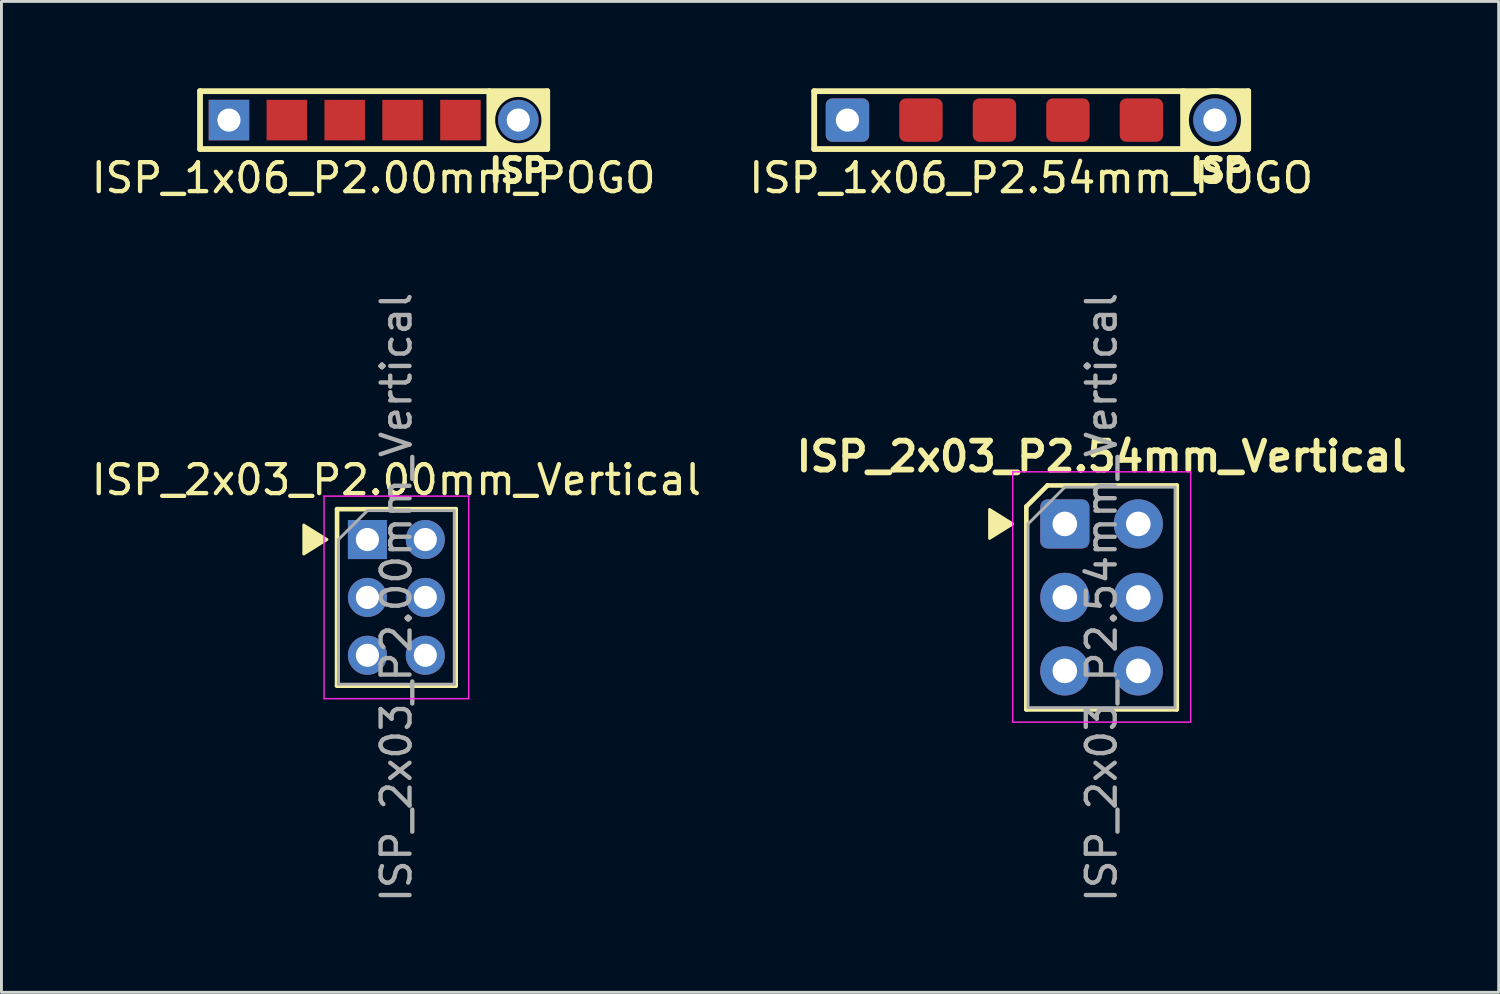
<source format=kicad_pcb>
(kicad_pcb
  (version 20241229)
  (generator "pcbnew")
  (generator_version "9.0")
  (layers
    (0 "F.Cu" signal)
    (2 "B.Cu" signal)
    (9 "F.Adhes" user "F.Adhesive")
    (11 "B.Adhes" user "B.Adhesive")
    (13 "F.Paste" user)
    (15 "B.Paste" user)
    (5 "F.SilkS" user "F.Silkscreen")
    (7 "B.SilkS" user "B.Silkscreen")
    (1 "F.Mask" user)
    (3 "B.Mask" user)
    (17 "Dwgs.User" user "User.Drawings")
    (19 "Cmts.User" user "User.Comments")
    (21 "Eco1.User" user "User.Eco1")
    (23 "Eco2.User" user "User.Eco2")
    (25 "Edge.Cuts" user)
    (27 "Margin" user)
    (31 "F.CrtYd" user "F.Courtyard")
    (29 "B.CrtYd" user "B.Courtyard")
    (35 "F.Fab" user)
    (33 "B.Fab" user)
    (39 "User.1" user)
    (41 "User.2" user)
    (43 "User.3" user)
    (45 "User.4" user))
  (footprint "ISP_2x03_P2.00mm_Vertical"
    (layer "F.Cu")
    (at 9.649 15.597)
    (property "Reference" "ISP_2x03_P2.00mm_Vertical" (at 1 -2.06 0) (layer "F.SilkS") (effects (font (size 1 1) (thickness 0.15))))
    (attr through_hole)
    (fp_line (start -1.05 -1.05) (end -1.05 5.05) (stroke (width 0.16) (type solid)) (layer "F.SilkS"))
    (fp_line (start -1.05 -1.05) (end 3.05 -1.05) (stroke (width 0.16) (type solid)) (layer "F.SilkS"))
    (fp_line (start -1.05 5.05) (end 3.05 5.05) (stroke (width 0.16) (type solid)) (layer "F.SilkS"))
    (fp_line (start 3.05 -1.05) (end 3.05 5.05) (stroke (width 0.16) (type solid)) (layer "F.SilkS"))
    (fp_poly (pts (xy -1.4 0) (xy -2.2 0.5) (xy -2.2 -0.5)) (stroke (width 0.1) (type solid)) (fill yes) (layer "F.SilkS"))
    (fp_line (start -1.5 -1.5) (end -1.5 5.5) (stroke (width 0.05) (type solid)) (layer "F.CrtYd"))
    (fp_line (start -1.5 5.5) (end 3.5 5.5) (stroke (width 0.05) (type solid)) (layer "F.CrtYd"))
    (fp_line (start 3.5 -1.5) (end -1.5 -1.5) (stroke (width 0.05) (type solid)) (layer "F.CrtYd"))
    (fp_line (start 3.5 5.5) (end 3.5 -1.5) (stroke (width 0.05) (type solid)) (layer "F.CrtYd"))
    (fp_line (start -1 0) (end 0 -1) (stroke (width 0.1) (type solid)) (layer "F.Fab"))
    (fp_line (start -1 5) (end -1 0) (stroke (width 0.1) (type solid)) (layer "F.Fab"))
    (fp_line (start 0 -1) (end 3 -1) (stroke (width 0.1) (type solid)) (layer "F.Fab"))
    (fp_line (start 3 -1) (end 3 5) (stroke (width 0.1) (type solid)) (layer "F.Fab"))
    (fp_line (start 3 5) (end -1 5) (stroke (width 0.1) (type solid)) (layer "F.Fab"))
    (fp_text user "${REFERENCE}" (at 1 2 90) (layer "F.Fab") (effects (font (size 1 1) (thickness 0.15))))
    (pad "1" thru_hole rect (at 0 0) (size 1.35 1.35) (drill 0.8) (layers "*.Cu" "*.Mask"))
    (pad "2" thru_hole oval (at 2 0) (size 1.35 1.35) (drill 0.8) (layers "*.Cu" "*.Mask"))
    (pad "3" thru_hole oval (at 0 2) (size 1.35 1.35) (drill 0.8) (layers "*.Cu" "*.Mask"))
    (pad "4" thru_hole oval (at 2 2) (size 1.35 1.35) (drill 0.8) (layers "*.Cu" "*.Mask"))
    (pad "5" thru_hole oval (at 0 4) (size 1.35 1.35) (drill 0.8) (layers "*.Cu" "*.Mask"))
    (pad "6" thru_hole oval (at 2 4) (size 1.35 1.35) (drill 0.8) (layers "*.Cu" "*.Mask")))
  (footprint "ISP_2x03_P2.54mm_Vertical"
    (layer "F.Cu")
    (at 33.751 15.057)
    (property "Reference" "ISP_2x03_P2.54mm_Vertical" (at 1.27 -2.33 0) (layer "F.SilkS") (effects (font (size 1 1) (thickness 0.2))))
    (attr through_hole)
    (fp_line (start -1.33 -0.6) (end -1.33 6.41) (stroke (width 0.16) (type solid)) (layer "F.SilkS"))
    (fp_line (start -1.33 -0.6) (end -0.6 -1.33) (stroke (width 0.16) (type solid)) (layer "F.SilkS"))
    (fp_line (start -1.33 6.41) (end 3.87 6.41) (stroke (width 0.16) (type solid)) (layer "F.SilkS"))
    (fp_line (start -0.6 -1.33) (end 3.87 -1.33) (stroke (width 0.16) (type solid)) (layer "F.SilkS"))
    (fp_line (start 3.87 -1.33) (end 3.87 6.41) (stroke (width 0.16) (type solid)) (layer "F.SilkS"))
    (fp_poly (pts (xy -1.8 0) (xy -2.6 0.5) (xy -2.6 -0.5)) (stroke (width 0.1) (type solid)) (fill yes) (layer "F.SilkS"))
    (fp_line (start -1.8 -1.8) (end -1.8 6.85) (stroke (width 0.05) (type solid)) (layer "F.CrtYd"))
    (fp_line (start -1.8 6.85) (end 4.35 6.85) (stroke (width 0.05) (type solid)) (layer "F.CrtYd"))
    (fp_line (start 4.35 -1.8) (end -1.8 -1.8) (stroke (width 0.05) (type solid)) (layer "F.CrtYd"))
    (fp_line (start 4.35 6.85) (end 4.35 -1.8) (stroke (width 0.05) (type solid)) (layer "F.CrtYd"))
    (fp_line (start -1.27 0) (end 0 -1.27) (stroke (width 0.1) (type solid)) (layer "F.Fab"))
    (fp_line (start -1.27 6.35) (end -1.27 0) (stroke (width 0.1) (type solid)) (layer "F.Fab"))
    (fp_line (start 0 -1.27) (end 3.81 -1.27) (stroke (width 0.1) (type solid)) (layer "F.Fab"))
    (fp_line (start 3.81 -1.27) (end 3.81 6.35) (stroke (width 0.1) (type solid)) (layer "F.Fab"))
    (fp_line (start 3.81 6.35) (end -1.27 6.35) (stroke (width 0.1) (type solid)) (layer "F.Fab"))
    (fp_text user "${REFERENCE}" (at 1.27 2.54 90) (layer "F.Fab") (effects (font (size 1 1) (thickness 0.15))))
    (pad "1" thru_hole roundrect (at 0 0) (size 1.7 1.7) (drill 0.85) (layers "*.Cu" "*.Mask") (roundrect_rratio 0.15))
    (pad "2" thru_hole oval (at 2.54 0) (size 1.7 1.7) (drill 0.85) (layers "*.Cu" "*.Mask"))
    (pad "3" thru_hole oval (at 0 2.54) (size 1.7 1.7) (drill 0.85) (layers "*.Cu" "*.Mask"))
    (pad "4" thru_hole oval (at 2.54 2.54) (size 1.7 1.7) (drill 0.85) (layers "*.Cu" "*.Mask"))
    (pad "5" thru_hole oval (at 0 5.08) (size 1.7 1.7) (drill 0.85) (layers "*.Cu" "*.Mask"))
    (pad "6" thru_hole oval (at 2.54 5.08) (size 1.7 1.7) (drill 0.85) (layers "*.Cu" "*.Mask")))
  (footprint "ISP_1x06_P2.00mm_POGO"
    (layer "F.Cu")
    (at 9.863 1.1)
    (property "Reference" "ISP_1x06_P2.00mm_POGO" (at 0 2 0) (layer "F.SilkS") (effects (font (size 1 1) (thickness 0.15))))
    (attr through_hole)
    (fp_line (start -6 -1) (end 6 -1) (stroke (width 0.2) (type solid)) (layer "F.SilkS"))
    (fp_line (start -6 1) (end -6 -1) (stroke (width 0.2) (type solid)) (layer "F.SilkS"))
    (fp_line (start 4 1) (end 4 -1) (stroke (width 0.2) (type solid)) (layer "F.SilkS"))
    (fp_line (start 6 -1) (end 6 1) (stroke (width 0.2) (type solid)) (layer "F.SilkS"))
    (fp_line (start 6 1) (end -6 1) (stroke (width 0.2) (type solid)) (layer "F.SilkS"))
    (fp_circle (center 5 0) (end 5.9 0) (stroke (width 0.2) (type solid)) (fill no) (layer "F.SilkS"))
    (fp_poly (pts (xy 4 -0.25) (xy 4 -1) (xy 4.75 -1)) (stroke (width 0.1) (type solid)) (fill yes) (layer "F.SilkS"))
    (fp_poly (pts (xy 4.75 1) (xy 4 1) (xy 4 0.25)) (stroke (width 0.1) (type solid)) (fill yes) (layer "F.SilkS"))
    (fp_poly (pts (xy 5.25 -1) (xy 6 -1) (xy 6 -0.25)) (stroke (width 0.1) (type solid)) (fill yes) (layer "F.SilkS"))
    (fp_poly (pts (xy 6 0.25) (xy 6 1) (xy 5.25 1)) (stroke (width 0.1) (type solid)) (fill yes) (layer "F.SilkS"))
    (fp_text user "ISP" (at 5 1.75 180) (layer "F.SilkS") (effects (font (size 0.8 0.8) (thickness 0.2))))
    (pad "1" thru_hole circle (at 5 0) (size 1.4 1.4) (drill 0.8) (layers "*.Cu" "*.Mask"))
    (pad "2" smd rect (at 3 0) (size 1.4 1.4) (layers "F.Cu" "F.Mask"))
    (pad "3" smd rect (at 1 0) (size 1.4 1.4) (layers "F.Cu" "F.Mask"))
    (pad "4" smd rect (at -1 0) (size 1.4 1.4) (layers "F.Cu" "F.Mask"))
    (pad "5" smd rect (at -3 0) (size 1.4 1.4) (layers "F.Cu" "F.Mask"))
    (pad "6" thru_hole rect (at -5 0) (size 1.4 1.4) (drill 0.8) (layers "*.Cu" "*.Mask")))
  (footprint "ISP_1x06_P2.54mm_POGO"
    (layer "F.Cu")
    (at 32.589 1.1)
    (property "Reference" "ISP_1x06_P2.54mm_POGO" (at 0 2 0) (layer "F.SilkS") (effects (font (size 1 1) (thickness 0.15))))
    (attr through_hole)
    (fp_line (start -7.5 -1) (end 7.5 -1) (stroke (width 0.2) (type solid)) (layer "F.SilkS"))
    (fp_line (start -7.5 1) (end -7.5 -1) (stroke (width 0.2) (type solid)) (layer "F.SilkS"))
    (fp_line (start 5.25 1) (end 5.25 -1) (stroke (width 0.2) (type solid)) (layer "F.SilkS"))
    (fp_line (start 7.5 -1) (end 7.5 1) (stroke (width 0.2) (type solid)) (layer "F.SilkS"))
    (fp_line (start 7.5 1) (end -7.5 1) (stroke (width 0.2) (type solid)) (layer "F.SilkS"))
    (fp_circle (center 6.35 0) (end 7.35 0) (stroke (width 0.2) (type solid)) (fill no) (layer "F.SilkS"))
    (fp_poly (pts (xy 5.25 -0.25) (xy 5.25 -1) (xy 6 -1)) (stroke (width 0.1) (type solid)) (fill yes) (layer "F.SilkS"))
    (fp_poly (pts (xy 6 1) (xy 5.25 1) (xy 5.25 0.25)) (stroke (width 0.1) (type solid)) (fill yes) (layer "F.SilkS"))
    (fp_poly (pts (xy 6.75 -1) (xy 7.5 -1) (xy 7.5 -0.25)) (stroke (width 0.1) (type solid)) (fill yes) (layer "F.SilkS"))
    (fp_poly (pts (xy 7.5 0.25) (xy 7.5 1) (xy 6.75 1)) (stroke (width 0.1) (type solid)) (fill yes) (layer "F.SilkS"))
    (fp_text user "ISP" (at 6.5 1.75 180) (layer "F.SilkS") (effects (font (size 0.8 0.8) (thickness 0.2))))
    (pad "1" thru_hole circle (at 6.35 0) (size 1.5 1.5) (drill 0.8) (layers "*.Cu" "F.Mask"))
    (pad "2" smd roundrect (at 3.81 0) (size 1.5 1.5) (layers "F.Cu" "F.Mask") (roundrect_rratio 0.15))
    (pad "3" smd roundrect (at 1.27 0) (size 1.5 1.5) (layers "F.Cu" "F.Mask") (roundrect_rratio 0.15))
    (pad "4" smd roundrect (at -1.27 0) (size 1.5 1.5) (layers "F.Cu" "F.Mask") (roundrect_rratio 0.15))
    (pad "5" smd roundrect (at -3.81 0) (size 1.5 1.5) (layers "F.Cu" "F.Mask") (roundrect_rratio 0.15))
    (pad "6" thru_hole roundrect (at -6.35 0) (size 1.5 1.5) (drill 0.8) (layers "*.Cu" "F.Mask") (roundrect_rratio 0.15)))
  (gr_rect
    (start -3 -3)
    (end 48.745 31.246)
    (stroke (width 0.1) (type default))
    (fill no)
    (layer "Edge.Cuts")))
</source>
